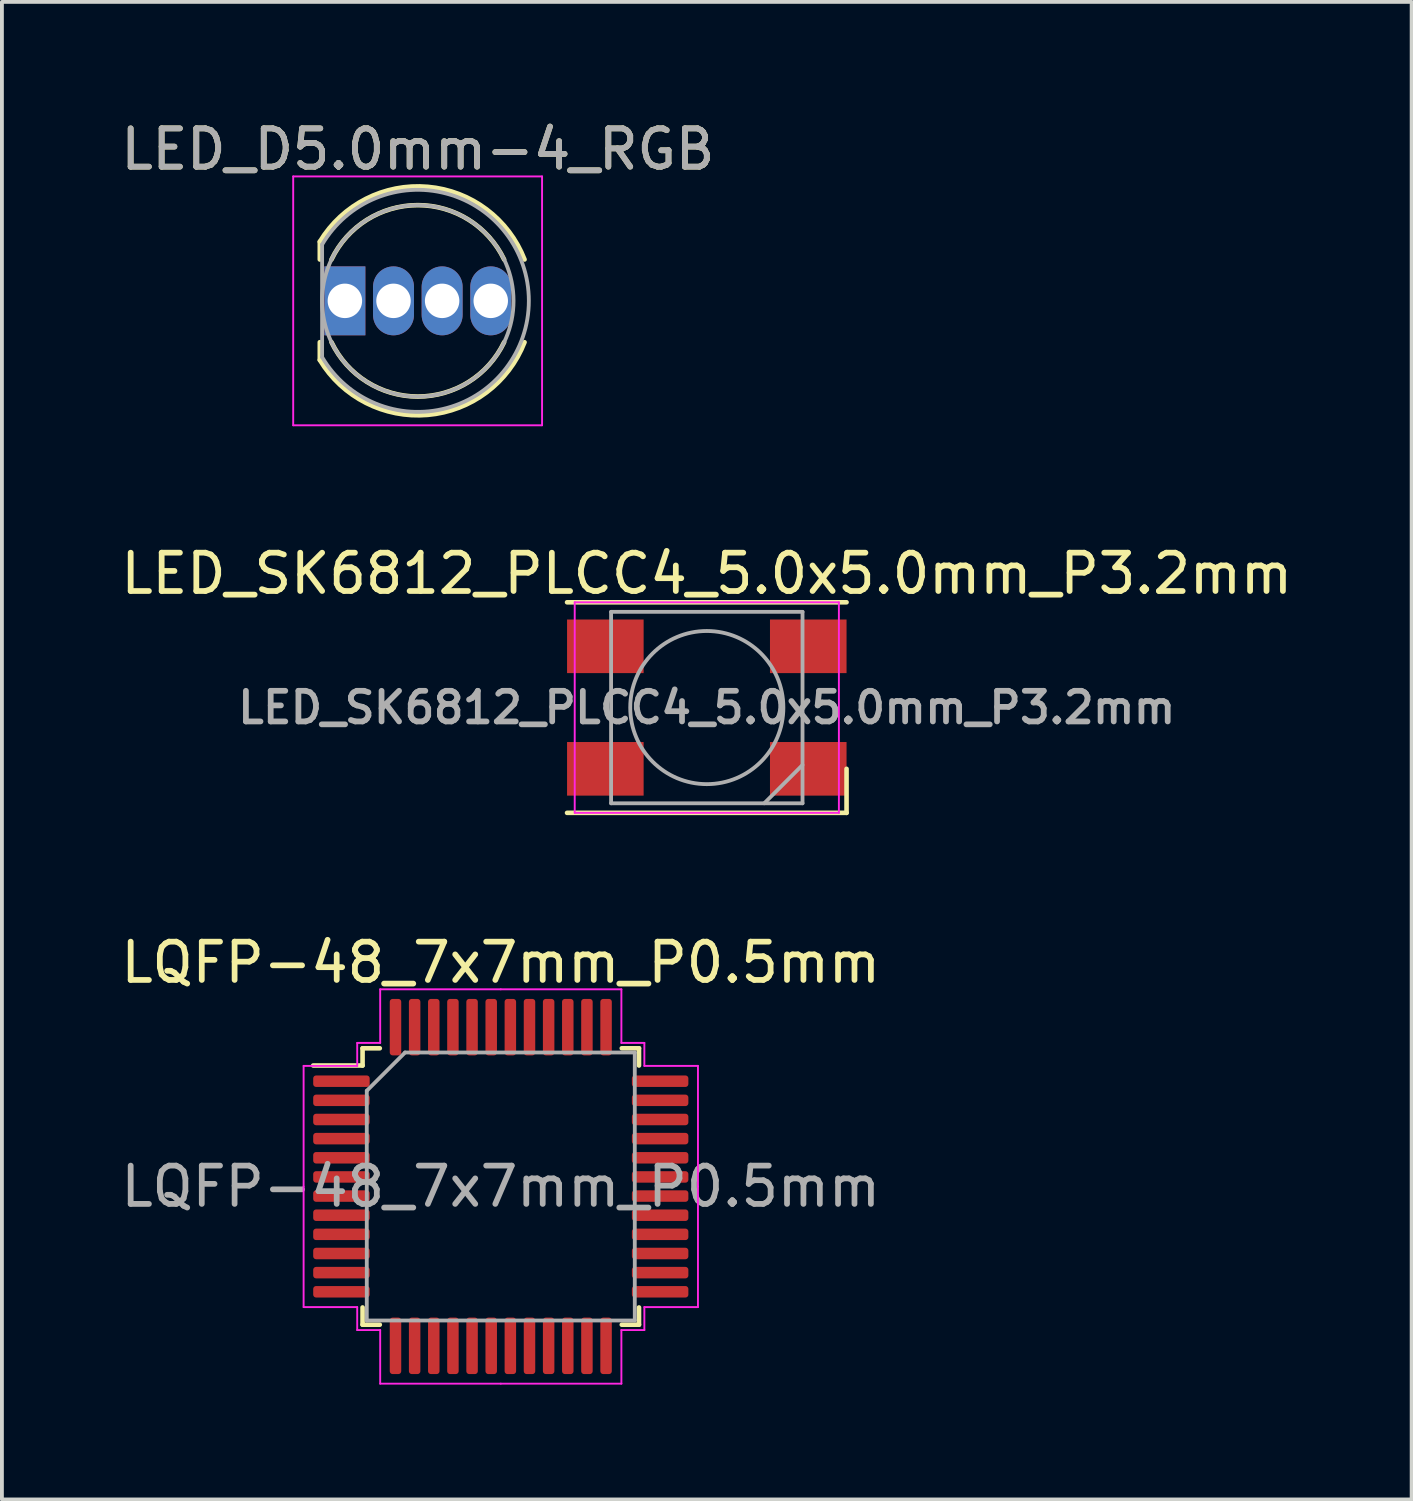
<source format=kicad_pcb>
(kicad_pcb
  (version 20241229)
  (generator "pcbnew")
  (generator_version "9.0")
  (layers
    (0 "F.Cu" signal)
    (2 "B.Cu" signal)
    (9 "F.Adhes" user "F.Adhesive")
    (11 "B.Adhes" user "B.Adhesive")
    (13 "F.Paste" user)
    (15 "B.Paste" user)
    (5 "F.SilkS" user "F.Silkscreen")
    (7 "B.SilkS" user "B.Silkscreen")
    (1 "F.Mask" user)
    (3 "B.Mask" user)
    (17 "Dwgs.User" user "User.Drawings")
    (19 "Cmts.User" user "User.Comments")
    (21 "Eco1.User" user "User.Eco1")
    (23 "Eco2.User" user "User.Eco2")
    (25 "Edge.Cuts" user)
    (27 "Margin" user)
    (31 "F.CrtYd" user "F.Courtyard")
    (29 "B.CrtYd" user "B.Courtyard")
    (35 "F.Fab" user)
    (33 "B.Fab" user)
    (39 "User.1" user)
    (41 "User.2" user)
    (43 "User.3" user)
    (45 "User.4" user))
  (footprint "LED_SK6812_PLCC4_5.0x5.0mm_P3.2mm"
    (layer "F.Cu")
    (at 15.411 15.431)
    (property "Reference" "LED_SK6812_PLCC4_5.0x5.0mm_P3.2mm" (at 0 -3.5 0) (layer "F.SilkS") (effects (font (size 1 1) (thickness 0.15))))
    (attr smd)
    (fp_line (start -3.65 -2.75) (end 3.65 -2.75) (stroke (width 0.12) (type solid)) (layer "F.SilkS"))
    (fp_line (start -3.65 2.75) (end 3.65 2.75) (stroke (width 0.12) (type solid)) (layer "F.SilkS"))
    (fp_line (start 3.65 2.75) (end 3.65 1.6) (stroke (width 0.12) (type solid)) (layer "F.SilkS"))
    (fp_line (start -3.45 -2.75) (end -3.45 2.75) (stroke (width 0.05) (type solid)) (layer "F.CrtYd"))
    (fp_line (start -3.45 2.75) (end 3.45 2.75) (stroke (width 0.05) (type solid)) (layer "F.CrtYd"))
    (fp_line (start 3.45 -2.75) (end -3.45 -2.75) (stroke (width 0.05) (type solid)) (layer "F.CrtYd"))
    (fp_line (start 3.45 2.75) (end 3.45 -2.75) (stroke (width 0.05) (type solid)) (layer "F.CrtYd"))
    (fp_line (start -2.5 -2.5) (end -2.5 2.5) (stroke (width 0.1) (type solid)) (layer "F.Fab"))
    (fp_line (start -2.5 2.5) (end 2.5 2.5) (stroke (width 0.1) (type solid)) (layer "F.Fab"))
    (fp_line (start 2.5 -2.5) (end -2.5 -2.5) (stroke (width 0.1) (type solid)) (layer "F.Fab"))
    (fp_line (start 2.5 1.5) (end 1.5 2.5) (stroke (width 0.1) (type solid)) (layer "F.Fab"))
    (fp_line (start 2.5 2.5) (end 2.5 -2.5) (stroke (width 0.1) (type solid)) (layer "F.Fab"))
    (fp_circle (center 0 0) (end 0 -2) (stroke (width 0.1) (type solid)) (fill no) (layer "F.Fab"))
    (fp_text user "${REFERENCE}" (at 0 0 0) (layer "F.Fab") (effects (font (size 0.8 0.8) (thickness 0.15))))
    (pad "1" smd rect (at 2.65 1.6) (size 2 1.4) (layers "F.Cu" "F.Mask" "F.Paste"))
    (pad "2" smd rect (at 2.65 -1.6) (size 2 1.4) (layers "F.Cu" "F.Mask" "F.Paste"))
    (pad "3" smd rect (at -2.65 -1.6) (size 2 1.4) (layers "F.Cu" "F.Mask" "F.Paste"))
    (pad "4" smd rect (at -2.65 1.6) (size 2 1.4) (layers "F.Cu" "F.Mask" "F.Paste")))
  (footprint "LQFP-48_7x7mm_P0.5mm"
    (layer "F.Cu")
    (at 10.03 27.94)
    (property "Reference" "LQFP-48_7x7mm_P0.5mm" (at 0 -5.85 0) (layer "F.SilkS") (effects (font (size 1 1) (thickness 0.15))))
    (attr smd)
    (fp_line (start -3.61 -3.61) (end -3.61 -3.16) (stroke (width 0.12) (type solid)) (layer "F.SilkS"))
    (fp_line (start -3.61 -3.16) (end -4.9 -3.16) (stroke (width 0.12) (type solid)) (layer "F.SilkS"))
    (fp_line (start -3.61 3.61) (end -3.61 3.16) (stroke (width 0.12) (type solid)) (layer "F.SilkS"))
    (fp_line (start -3.16 -3.61) (end -3.61 -3.61) (stroke (width 0.12) (type solid)) (layer "F.SilkS"))
    (fp_line (start -3.16 3.61) (end -3.61 3.61) (stroke (width 0.12) (type solid)) (layer "F.SilkS"))
    (fp_line (start 3.16 -3.61) (end 3.61 -3.61) (stroke (width 0.12) (type solid)) (layer "F.SilkS"))
    (fp_line (start 3.16 3.61) (end 3.61 3.61) (stroke (width 0.12) (type solid)) (layer "F.SilkS"))
    (fp_line (start 3.61 -3.61) (end 3.61 -3.16) (stroke (width 0.12) (type solid)) (layer "F.SilkS"))
    (fp_line (start 3.61 3.61) (end 3.61 3.16) (stroke (width 0.12) (type solid)) (layer "F.SilkS"))
    (fp_line (start -5.15 -3.15) (end -5.15 0) (stroke (width 0.05) (type solid)) (layer "F.CrtYd"))
    (fp_line (start -5.15 3.15) (end -5.15 0) (stroke (width 0.05) (type solid)) (layer "F.CrtYd"))
    (fp_line (start -3.75 -3.75) (end -3.75 -3.15) (stroke (width 0.05) (type solid)) (layer "F.CrtYd"))
    (fp_line (start -3.75 -3.15) (end -5.15 -3.15) (stroke (width 0.05) (type solid)) (layer "F.CrtYd"))
    (fp_line (start -3.75 3.15) (end -5.15 3.15) (stroke (width 0.05) (type solid)) (layer "F.CrtYd"))
    (fp_line (start -3.75 3.75) (end -3.75 3.15) (stroke (width 0.05) (type solid)) (layer "F.CrtYd"))
    (fp_line (start -3.15 -5.15) (end -3.15 -3.75) (stroke (width 0.05) (type solid)) (layer "F.CrtYd"))
    (fp_line (start -3.15 -3.75) (end -3.75 -3.75) (stroke (width 0.05) (type solid)) (layer "F.CrtYd"))
    (fp_line (start -3.15 3.75) (end -3.75 3.75) (stroke (width 0.05) (type solid)) (layer "F.CrtYd"))
    (fp_line (start -3.15 5.15) (end -3.15 3.75) (stroke (width 0.05) (type solid)) (layer "F.CrtYd"))
    (fp_line (start 0 -5.15) (end -3.15 -5.15) (stroke (width 0.05) (type solid)) (layer "F.CrtYd"))
    (fp_line (start 0 -5.15) (end 3.15 -5.15) (stroke (width 0.05) (type solid)) (layer "F.CrtYd"))
    (fp_line (start 0 5.15) (end -3.15 5.15) (stroke (width 0.05) (type solid)) (layer "F.CrtYd"))
    (fp_line (start 0 5.15) (end 3.15 5.15) (stroke (width 0.05) (type solid)) (layer "F.CrtYd"))
    (fp_line (start 3.15 -5.15) (end 3.15 -3.75) (stroke (width 0.05) (type solid)) (layer "F.CrtYd"))
    (fp_line (start 3.15 -3.75) (end 3.75 -3.75) (stroke (width 0.05) (type solid)) (layer "F.CrtYd"))
    (fp_line (start 3.15 3.75) (end 3.75 3.75) (stroke (width 0.05) (type solid)) (layer "F.CrtYd"))
    (fp_line (start 3.15 5.15) (end 3.15 3.75) (stroke (width 0.05) (type solid)) (layer "F.CrtYd"))
    (fp_line (start 3.75 -3.75) (end 3.75 -3.15) (stroke (width 0.05) (type solid)) (layer "F.CrtYd"))
    (fp_line (start 3.75 -3.15) (end 5.15 -3.15) (stroke (width 0.05) (type solid)) (layer "F.CrtYd"))
    (fp_line (start 3.75 3.15) (end 5.15 3.15) (stroke (width 0.05) (type solid)) (layer "F.CrtYd"))
    (fp_line (start 3.75 3.75) (end 3.75 3.15) (stroke (width 0.05) (type solid)) (layer "F.CrtYd"))
    (fp_line (start 5.15 -3.15) (end 5.15 0) (stroke (width 0.05) (type solid)) (layer "F.CrtYd"))
    (fp_line (start 5.15 3.15) (end 5.15 0) (stroke (width 0.05) (type solid)) (layer "F.CrtYd"))
    (fp_line (start -3.5 -2.5) (end -2.5 -3.5) (stroke (width 0.1) (type solid)) (layer "F.Fab"))
    (fp_line (start -3.5 3.5) (end -3.5 -2.5) (stroke (width 0.1) (type solid)) (layer "F.Fab"))
    (fp_line (start -2.5 -3.5) (end 3.5 -3.5) (stroke (width 0.1) (type solid)) (layer "F.Fab"))
    (fp_line (start 3.5 -3.5) (end 3.5 3.5) (stroke (width 0.1) (type solid)) (layer "F.Fab"))
    (fp_line (start 3.5 3.5) (end -3.5 3.5) (stroke (width 0.1) (type solid)) (layer "F.Fab"))
    (fp_text user "${REFERENCE}" (at 0 0 0) (layer "F.Fab") (effects (font (size 1 1) (thickness 0.15))))
    (pad "1" smd roundrect (at -4.162 -2.75) (size 1.475 0.3) (layers "F.Cu" "F.Mask" "F.Paste") (roundrect_rratio 0.25))
    (pad "2" smd roundrect (at -4.162 -2.25) (size 1.475 0.3) (layers "F.Cu" "F.Mask" "F.Paste") (roundrect_rratio 0.25))
    (pad "3" smd roundrect (at -4.162 -1.75) (size 1.475 0.3) (layers "F.Cu" "F.Mask" "F.Paste") (roundrect_rratio 0.25))
    (pad "4" smd roundrect (at -4.162 -1.25) (size 1.475 0.3) (layers "F.Cu" "F.Mask" "F.Paste") (roundrect_rratio 0.25))
    (pad "5" smd roundrect (at -4.162 -0.75) (size 1.475 0.3) (layers "F.Cu" "F.Mask" "F.Paste") (roundrect_rratio 0.25))
    (pad "6" smd roundrect (at -4.162 -0.25) (size 1.475 0.3) (layers "F.Cu" "F.Mask" "F.Paste") (roundrect_rratio 0.25))
    (pad "7" smd roundrect (at -4.162 0.25) (size 1.475 0.3) (layers "F.Cu" "F.Mask" "F.Paste") (roundrect_rratio 0.25))
    (pad "8" smd roundrect (at -4.162 0.75) (size 1.475 0.3) (layers "F.Cu" "F.Mask" "F.Paste") (roundrect_rratio 0.25))
    (pad "9" smd roundrect (at -4.162 1.25) (size 1.475 0.3) (layers "F.Cu" "F.Mask" "F.Paste") (roundrect_rratio 0.25))
    (pad "10" smd roundrect (at -4.162 1.75) (size 1.475 0.3) (layers "F.Cu" "F.Mask" "F.Paste") (roundrect_rratio 0.25))
    (pad "11" smd roundrect (at -4.162 2.25) (size 1.475 0.3) (layers "F.Cu" "F.Mask" "F.Paste") (roundrect_rratio 0.25))
    (pad "12" smd roundrect (at -4.162 2.75) (size 1.475 0.3) (layers "F.Cu" "F.Mask" "F.Paste") (roundrect_rratio 0.25))
    (pad "13" smd roundrect (at -2.75 4.162) (size 0.3 1.475) (layers "F.Cu" "F.Mask" "F.Paste") (roundrect_rratio 0.25))
    (pad "14" smd roundrect (at -2.25 4.162) (size 0.3 1.475) (layers "F.Cu" "F.Mask" "F.Paste") (roundrect_rratio 0.25))
    (pad "15" smd roundrect (at -1.75 4.162) (size 0.3 1.475) (layers "F.Cu" "F.Mask" "F.Paste") (roundrect_rratio 0.25))
    (pad "16" smd roundrect (at -1.25 4.162) (size 0.3 1.475) (layers "F.Cu" "F.Mask" "F.Paste") (roundrect_rratio 0.25))
    (pad "17" smd roundrect (at -0.75 4.162) (size 0.3 1.475) (layers "F.Cu" "F.Mask" "F.Paste") (roundrect_rratio 0.25))
    (pad "18" smd roundrect (at -0.25 4.162) (size 0.3 1.475) (layers "F.Cu" "F.Mask" "F.Paste") (roundrect_rratio 0.25))
    (pad "19" smd roundrect (at 0.25 4.162) (size 0.3 1.475) (layers "F.Cu" "F.Mask" "F.Paste") (roundrect_rratio 0.25))
    (pad "20" smd roundrect (at 0.75 4.162) (size 0.3 1.475) (layers "F.Cu" "F.Mask" "F.Paste") (roundrect_rratio 0.25))
    (pad "21" smd roundrect (at 1.25 4.162) (size 0.3 1.475) (layers "F.Cu" "F.Mask" "F.Paste") (roundrect_rratio 0.25))
    (pad "22" smd roundrect (at 1.75 4.162) (size 0.3 1.475) (layers "F.Cu" "F.Mask" "F.Paste") (roundrect_rratio 0.25))
    (pad "23" smd roundrect (at 2.25 4.162) (size 0.3 1.475) (layers "F.Cu" "F.Mask" "F.Paste") (roundrect_rratio 0.25))
    (pad "24" smd roundrect (at 2.75 4.162) (size 0.3 1.475) (layers "F.Cu" "F.Mask" "F.Paste") (roundrect_rratio 0.25))
    (pad "25" smd roundrect (at 4.162 2.75) (size 1.475 0.3) (layers "F.Cu" "F.Mask" "F.Paste") (roundrect_rratio 0.25))
    (pad "26" smd roundrect (at 4.162 2.25) (size 1.475 0.3) (layers "F.Cu" "F.Mask" "F.Paste") (roundrect_rratio 0.25))
    (pad "27" smd roundrect (at 4.162 1.75) (size 1.475 0.3) (layers "F.Cu" "F.Mask" "F.Paste") (roundrect_rratio 0.25))
    (pad "28" smd roundrect (at 4.162 1.25) (size 1.475 0.3) (layers "F.Cu" "F.Mask" "F.Paste") (roundrect_rratio 0.25))
    (pad "29" smd roundrect (at 4.162 0.75) (size 1.475 0.3) (layers "F.Cu" "F.Mask" "F.Paste") (roundrect_rratio 0.25))
    (pad "30" smd roundrect (at 4.162 0.25) (size 1.475 0.3) (layers "F.Cu" "F.Mask" "F.Paste") (roundrect_rratio 0.25))
    (pad "31" smd roundrect (at 4.162 -0.25) (size 1.475 0.3) (layers "F.Cu" "F.Mask" "F.Paste") (roundrect_rratio 0.25))
    (pad "32" smd roundrect (at 4.162 -0.75) (size 1.475 0.3) (layers "F.Cu" "F.Mask" "F.Paste") (roundrect_rratio 0.25))
    (pad "33" smd roundrect (at 4.162 -1.25) (size 1.475 0.3) (layers "F.Cu" "F.Mask" "F.Paste") (roundrect_rratio 0.25))
    (pad "34" smd roundrect (at 4.162 -1.75) (size 1.475 0.3) (layers "F.Cu" "F.Mask" "F.Paste") (roundrect_rratio 0.25))
    (pad "35" smd roundrect (at 4.162 -2.25) (size 1.475 0.3) (layers "F.Cu" "F.Mask" "F.Paste") (roundrect_rratio 0.25))
    (pad "36" smd roundrect (at 4.162 -2.75) (size 1.475 0.3) (layers "F.Cu" "F.Mask" "F.Paste") (roundrect_rratio 0.25))
    (pad "37" smd roundrect (at 2.75 -4.162) (size 0.3 1.475) (layers "F.Cu" "F.Mask" "F.Paste") (roundrect_rratio 0.25))
    (pad "38" smd roundrect (at 2.25 -4.162) (size 0.3 1.475) (layers "F.Cu" "F.Mask" "F.Paste") (roundrect_rratio 0.25))
    (pad "39" smd roundrect (at 1.75 -4.162) (size 0.3 1.475) (layers "F.Cu" "F.Mask" "F.Paste") (roundrect_rratio 0.25))
    (pad "40" smd roundrect (at 1.25 -4.162) (size 0.3 1.475) (layers "F.Cu" "F.Mask" "F.Paste") (roundrect_rratio 0.25))
    (pad "41" smd roundrect (at 0.75 -4.162) (size 0.3 1.475) (layers "F.Cu" "F.Mask" "F.Paste") (roundrect_rratio 0.25))
    (pad "42" smd roundrect (at 0.25 -4.162) (size 0.3 1.475) (layers "F.Cu" "F.Mask" "F.Paste") (roundrect_rratio 0.25))
    (pad "43" smd roundrect (at -0.25 -4.162) (size 0.3 1.475) (layers "F.Cu" "F.Mask" "F.Paste") (roundrect_rratio 0.25))
    (pad "44" smd roundrect (at -0.75 -4.162) (size 0.3 1.475) (layers "F.Cu" "F.Mask" "F.Paste") (roundrect_rratio 0.25))
    (pad "45" smd roundrect (at -1.25 -4.162) (size 0.3 1.475) (layers "F.Cu" "F.Mask" "F.Paste") (roundrect_rratio 0.25))
    (pad "46" smd roundrect (at -1.75 -4.162) (size 0.3 1.475) (layers "F.Cu" "F.Mask" "F.Paste") (roundrect_rratio 0.25))
    (pad "47" smd roundrect (at -2.25 -4.162) (size 0.3 1.475) (layers "F.Cu" "F.Mask" "F.Paste") (roundrect_rratio 0.25))
    (pad "48" smd roundrect (at -2.75 -4.162) (size 0.3 1.475) (layers "F.Cu" "F.Mask" "F.Paste") (roundrect_rratio 0.25)))
  (footprint "LED_D5.0mm-4_RGB"
    (layer "F.Cu")
    (at 5.958 4.808)
    (property "Reference" "LED_D5.0mm-4_RGB" (at 1.905 -3.96 0) (layer "F.SilkS") (effects (font (size 1 1) (thickness 0.15))))
    (attr through_hole)
    (fp_line (start -0.655 -1.545) (end -0.655 -1.08) (stroke (width 0.12) (type solid)) (layer "F.SilkS"))
    (fp_line (start -0.655 1.08) (end -0.655 1.545) (stroke (width 0.12) (type solid)) (layer "F.SilkS"))
    (fp_arc (start -0.655 -1.54483) (mid 2.163456 -2.978809) (end 4.692815 -1.080827) (stroke (width 0.12) (type solid)) (layer "F.SilkS"))
    (fp_arc (start -0.349684 -1.08) (mid 1.904762 -2.5) (end 4.159479 -1.080429) (stroke (width 0.12) (type solid)) (layer "F.SilkS"))
    (fp_arc (start 4.159479 1.080429) (mid 1.904762 2.5) (end -0.349684 1.08) (stroke (width 0.12) (type solid)) (layer "F.SilkS"))
    (fp_arc (start 4.692815 1.080827) (mid 2.163456 2.978808) (end -0.655 1.54483) (stroke (width 0.12) (type solid)) (layer "F.SilkS"))
    (fp_line (start -1.35 -3.25) (end -1.35 3.25) (stroke (width 0.05) (type solid)) (layer "F.CrtYd"))
    (fp_line (start -1.35 3.25) (end 5.15 3.25) (stroke (width 0.05) (type solid)) (layer "F.CrtYd"))
    (fp_line (start 5.15 -3.25) (end -1.35 -3.25) (stroke (width 0.05) (type solid)) (layer "F.CrtYd"))
    (fp_line (start 5.15 3.25) (end 5.15 -3.25) (stroke (width 0.05) (type solid)) (layer "F.CrtYd"))
    (fp_line (start -0.595 -1.47) (end -0.595 1.47) (stroke (width 0.1) (type solid)) (layer "F.Fab"))
    (fp_arc (start -0.595 -1.469694) (mid 4.805 0.000016) (end -0.595016 1.469666) (stroke (width 0.1) (type solid)) (layer "F.Fab"))
    (fp_circle (center 1.905 0) (end 4.405 0) (stroke (width 0.1) (type solid)) (fill no) (layer "F.Fab"))
    (fp_text user "${REFERENCE}" (at 1.905 -3.96 0) (layer "F.Fab") (effects (font (size 1 1) (thickness 0.15))))
    (pad "1" thru_hole rect (at 0 0) (size 1.07 1.8) (drill 0.9) (layers "*.Cu" "*.Mask"))
    (pad "2" thru_hole oval (at 1.27 0) (size 1.07 1.8) (drill 0.9) (layers "*.Cu" "*.Mask"))
    (pad "3" thru_hole oval (at 2.54 0) (size 1.07 1.8) (drill 0.9) (layers "*.Cu" "*.Mask"))
    (pad "4" thru_hole oval (at 3.81 0) (size 1.07 1.8) (drill 0.9) (layers "*.Cu" "*.Mask")))
  (gr_rect
    (start -3 -3)
    (end 33.821 36.115)
    (stroke (width 0.1) (type default))
    (fill no)
    (layer "Edge.Cuts")))
</source>
